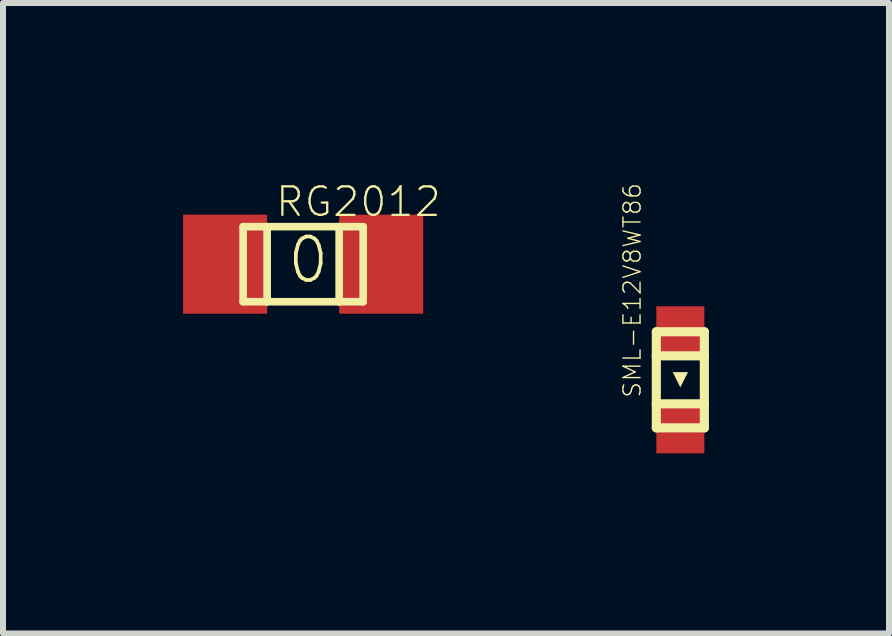
<source format=kicad_pcb>
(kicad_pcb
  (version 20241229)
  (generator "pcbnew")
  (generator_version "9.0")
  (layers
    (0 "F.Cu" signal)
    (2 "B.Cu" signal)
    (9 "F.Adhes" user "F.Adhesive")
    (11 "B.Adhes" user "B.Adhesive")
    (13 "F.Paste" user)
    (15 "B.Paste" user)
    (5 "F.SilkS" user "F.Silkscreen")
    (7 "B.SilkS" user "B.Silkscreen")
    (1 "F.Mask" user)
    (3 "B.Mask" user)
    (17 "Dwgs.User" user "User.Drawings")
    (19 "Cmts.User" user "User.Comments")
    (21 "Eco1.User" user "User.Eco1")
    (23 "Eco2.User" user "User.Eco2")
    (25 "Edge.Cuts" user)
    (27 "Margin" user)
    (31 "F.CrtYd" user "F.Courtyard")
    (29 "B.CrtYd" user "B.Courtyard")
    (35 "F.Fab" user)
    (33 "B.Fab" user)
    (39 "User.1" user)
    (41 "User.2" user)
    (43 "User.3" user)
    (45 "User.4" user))
  (footprint "RG2012"
    (layer "F.Cu")
    (at 0.7 1.351)
    (property "Reference" "RG2012" (at 0.816 -0.762 180) (layer "F.SilkS") (effects (font (size 0.475 0.475) (thickness 0.038)) (justify left bottom)))
    (attr through_hole)
    (fp_line (start 0.3 -0.625) (end 0.3 0.625) (stroke (width 0.127) (type solid)) (layer "F.SilkS"))
    (fp_line (start 0.3 0.625) (end 0.7 0.625) (stroke (width 0.127) (type solid)) (layer "F.SilkS"))
    (fp_line (start 0.7 -0.625) (end 0.3 -0.625) (stroke (width 0.127) (type solid)) (layer "F.SilkS"))
    (fp_line (start 0.7 -0.625) (end 0.7 0.625) (stroke (width 0.127) (type solid)) (layer "F.SilkS"))
    (fp_line (start 0.7 0.625) (end 1.9 0.625) (stroke (width 0.127) (type solid)) (layer "F.SilkS"))
    (fp_line (start 1.9 -0.625) (end 0.7 -0.625) (stroke (width 0.127) (type solid)) (layer "F.SilkS"))
    (fp_line (start 1.9 -0.625) (end 1.9 0.625) (stroke (width 0.127) (type solid)) (layer "F.SilkS"))
    (fp_line (start 1.9 0.625) (end 2.3 0.625) (stroke (width 0.127) (type solid)) (layer "F.SilkS"))
    (fp_line (start 2.3 -0.625) (end 1.9 -0.625) (stroke (width 0.127) (type solid)) (layer "F.SilkS"))
    (fp_line (start 2.3 0.625) (end 2.3 -0.625) (stroke (width 0.127) (type solid)) (layer "F.SilkS"))
    (fp_text user "0" (at 1 0.354 0) (layer "F.SilkS") (effects (font (size 0.724 0.724) (thickness 0.061)) (justify left bottom)))
    (pad "LEFT" smd rect (at 0 0) (size 1.4 1.65) (layers "F.Cu" "F.Mask" "F.Paste"))
    (pad "RIGHT" smd rect (at 2.6 0) (size 1.4 1.65) (layers "F.Cu" "F.Mask" "F.Paste")))
  (footprint "SML-E12V8WT86"
    (layer "F.Cu")
    (at 8.283 4.102)
    (property "Reference" "SML-E12V8WT86" (at -0.635 -0.508 270) (layer "F.SilkS") (effects (font (size 0.285 0.285) (thickness 0.023)) (justify left bottom)))
    (attr through_hole)
    (fp_line (start -0.4 -1.625) (end -0.4 -1.225) (stroke (width 0.152) (type solid)) (layer "F.SilkS"))
    (fp_line (start -0.4 -1.225) (end -0.4 -0.425) (stroke (width 0.152) (type solid)) (layer "F.SilkS"))
    (fp_line (start -0.4 -1.225) (end 0.4 -1.225) (stroke (width 0.152) (type solid)) (layer "F.SilkS"))
    (fp_line (start -0.4 -0.425) (end -0.4 -0.025) (stroke (width 0.152) (type solid)) (layer "F.SilkS"))
    (fp_line (start -0.4 -0.425) (end 0.4 -0.425) (stroke (width 0.152) (type solid)) (layer "F.SilkS"))
    (fp_line (start -0.4 -0.025) (end 0.4 -0.025) (stroke (width 0.152) (type solid)) (layer "F.SilkS"))
    (fp_line (start 0.4 -1.625) (end -0.4 -1.625) (stroke (width 0.152) (type solid)) (layer "F.SilkS"))
    (fp_line (start 0.4 -1.225) (end 0.4 -1.625) (stroke (width 0.152) (type solid)) (layer "F.SilkS"))
    (fp_line (start 0.4 -0.425) (end 0.4 -1.225) (stroke (width 0.152) (type solid)) (layer "F.SilkS"))
    (fp_line (start 0.4 -0.025) (end 0.4 -0.425) (stroke (width 0.152) (type solid)) (layer "F.SilkS"))
    (fp_poly (pts (xy -0.127 -0.953) (xy 0.127 -0.953) (xy 0 -0.699)) (stroke (width 0) (type solid)) (fill yes) (layer "F.SilkS"))
    (pad "A" smd rect (at 0 -1.65) (size 0.8 0.8) (layers "F.Cu" "F.Mask" "F.Paste"))
    (pad "K" smd rect (at 0 0) (size 0.8 0.8) (layers "F.Cu" "F.Mask" "F.Paste")))
  (gr_rect
    (start -3 -3)
    (end 11.759 7.502)
    (stroke (width 0.1) (type default))
    (fill no)
    (layer "Edge.Cuts")))
</source>
